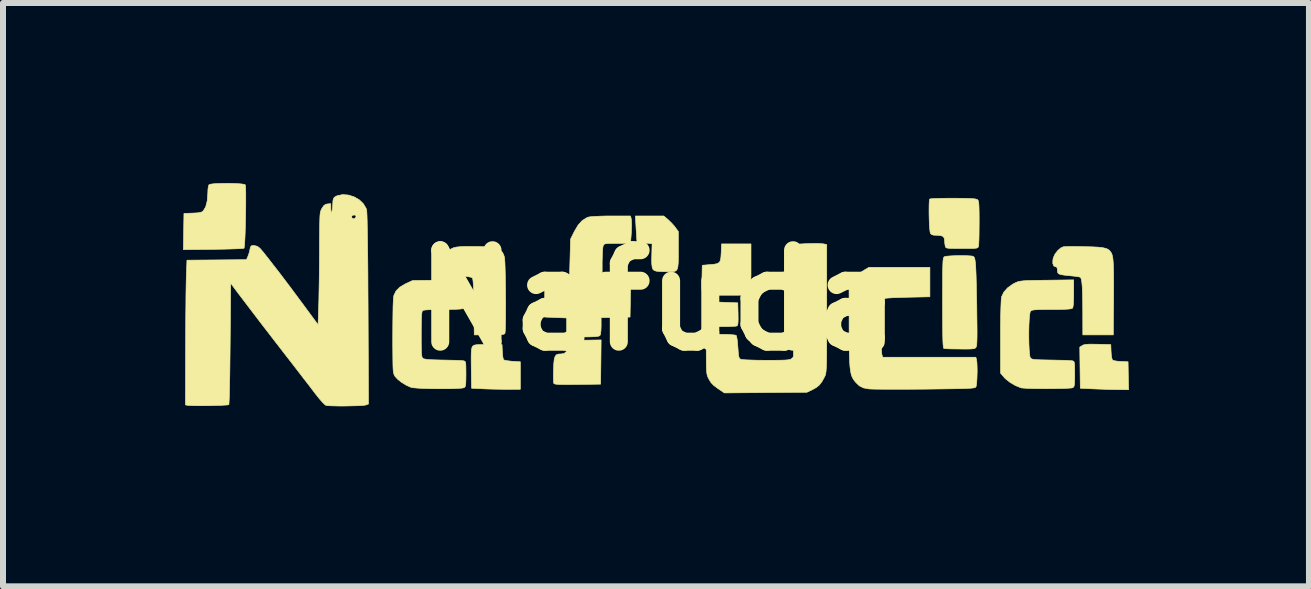
<source format=kicad_pcb>
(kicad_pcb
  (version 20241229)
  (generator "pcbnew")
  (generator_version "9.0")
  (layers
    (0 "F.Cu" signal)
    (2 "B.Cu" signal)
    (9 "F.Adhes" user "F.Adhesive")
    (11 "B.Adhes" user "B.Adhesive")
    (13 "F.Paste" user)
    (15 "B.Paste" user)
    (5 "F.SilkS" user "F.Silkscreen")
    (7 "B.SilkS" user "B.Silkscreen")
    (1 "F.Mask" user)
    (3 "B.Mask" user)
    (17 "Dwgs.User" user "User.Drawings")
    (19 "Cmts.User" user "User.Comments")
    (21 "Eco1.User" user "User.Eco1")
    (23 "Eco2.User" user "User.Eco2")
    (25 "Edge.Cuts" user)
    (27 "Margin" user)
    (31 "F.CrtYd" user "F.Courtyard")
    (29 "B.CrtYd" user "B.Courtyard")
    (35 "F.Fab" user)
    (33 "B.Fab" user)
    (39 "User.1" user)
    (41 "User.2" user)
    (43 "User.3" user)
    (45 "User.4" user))
  (footprint "Nafuda"
    (layer "F.Cu")
    (at 7.914 1.954)
    (property "Reference" "Nafuda" (at 0 0 0) (layer "F.SilkS") (effects (font (size 1.524 1.524) (thickness 0.3))))
    (attr through_hole)
    (fp_poly (pts (xy 7.326 0.732) (xy 7.544 0.737) (xy 7.549 0.858) (xy 7.554 0.925) (xy 7.564 0.974) (xy 7.575 0.997) (xy 7.602 1.006) (xy 7.651 1.014) (xy 7.714 1.019) (xy 7.714 1.019) (xy 7.832 1.024) (xy 7.836 1.257) (xy 7.841 1.49) (xy 7.625 1.487) (xy 7.518 1.485) (xy 7.402 1.481) (xy 7.291 1.477) (xy 7.222 1.474) (xy 7.036 1.465) (xy 7.027 0.78) (xy 7.067 0.754) (xy 7.091 0.742) (xy 7.127 0.735) (xy 7.179 0.731) (xy 7.255 0.731) (xy 7.326 0.732)) (stroke (width 0.01) (type solid)) (fill yes) (layer "F.SilkS"))
    (fp_poly (pts (xy -0.952 1.028) (xy -0.957 1.397) (xy -1.342 1.402) (xy -1.469 1.403) (xy -1.565 1.403) (xy -1.636 1.402) (xy -1.685 1.399) (xy -1.715 1.395) (xy -1.732 1.388) (xy -1.738 1.381) (xy -1.741 1.355) (xy -1.743 1.303) (xy -1.743 1.233) (xy -1.741 1.153) (xy -1.737 1.053) (xy -1.729 0.981) (xy -1.715 0.935) (xy -1.694 0.908) (xy -1.662 0.896) (xy -1.62 0.894) (xy -1.565 0.886) (xy -1.528 0.854) (xy -1.509 0.796) (xy -1.504 0.753) (xy -1.499 0.669) (xy -1.223 0.664) (xy -0.948 0.66) (xy -0.952 1.028)) (stroke (width 0.01) (type solid)) (fill yes) (layer "F.SilkS"))
    (fp_poly (pts (xy 0.947 0.028) (xy 1.031 0.03) (xy 1.075 0.032) (xy 1.329 0.042) (xy 1.334 0.227) (xy 1.335 0.317) (xy 1.333 0.377) (xy 1.326 0.412) (xy 1.317 0.426) (xy 1.293 0.431) (xy 1.244 0.434) (xy 1.175 0.437) (xy 1.097 0.438) (xy 1.015 0.438) (xy 0.938 0.438) (xy 0.874 0.435) (xy 0.83 0.432) (xy 0.817 0.429) (xy 0.809 0.41) (xy 0.803 0.365) (xy 0.798 0.304) (xy 0.795 0.233) (xy 0.795 0.162) (xy 0.797 0.099) (xy 0.801 0.052) (xy 0.808 0.029) (xy 0.809 0.029) (xy 0.829 0.027) (xy 0.877 0.027) (xy 0.947 0.028)) (stroke (width 0.01) (type solid)) (fill yes) (layer "F.SilkS"))
    (fp_poly (pts (xy -2.594 0.855) (xy -2.589 0.917) (xy -2.582 0.965) (xy -2.572 0.99) (xy -2.572 0.991) (xy -2.548 1) (xy -2.5 1.008) (xy -2.437 1.015) (xy -2.425 1.016) (xy -2.294 1.024) (xy -2.294 1.482) (xy -2.515 1.483) (xy -2.621 1.482) (xy -2.738 1.48) (xy -2.849 1.477) (xy -2.921 1.474) (xy -3.107 1.465) (xy -3.112 1.134) (xy -3.113 1.014) (xy -3.113 0.924) (xy -3.111 0.859) (xy -3.106 0.814) (xy -3.1 0.786) (xy -3.092 0.77) (xy -3.08 0.757) (xy -3.061 0.747) (xy -3.031 0.741) (xy -2.983 0.738) (xy -2.912 0.737) (xy -2.833 0.737) (xy -2.599 0.737) (xy -2.594 0.855)) (stroke (width 0.01) (type solid)) (fill yes) (layer "F.SilkS"))
    (fp_poly (pts (xy 1.549 -0.542) (xy 1.549 -0.428) (xy 1.547 -0.324) (xy 1.545 -0.235) (xy 1.543 -0.167) (xy 1.539 -0.125) (xy 1.537 -0.114) (xy 1.531 -0.105) (xy 1.517 -0.097) (xy 1.493 -0.092) (xy 1.453 -0.088) (xy 1.394 -0.086) (xy 1.312 -0.085) (xy 1.201 -0.085) (xy 1.146 -0.085) (xy 1.017 -0.085) (xy 0.919 -0.086) (xy 0.847 -0.089) (xy 0.797 -0.093) (xy 0.766 -0.098) (xy 0.749 -0.106) (xy 0.747 -0.108) (xy 0.738 -0.137) (xy 0.732 -0.198) (xy 0.731 -0.292) (xy 0.732 -0.358) (xy 0.737 -0.584) (xy 0.855 -0.594) (xy 0.934 -0.601) (xy 0.988 -0.612) (xy 1.022 -0.633) (xy 1.041 -0.67) (xy 1.049 -0.728) (xy 1.054 -0.813) (xy 1.054 -0.821) (xy 1.058 -0.94) (xy 1.549 -0.94) (xy 1.549 -0.542)) (stroke (width 0.01) (type solid)) (fill yes) (layer "F.SilkS"))
    (fp_poly (pts (xy 0.169 -1.343) (xy 0.221 -1.293) (xy 0.271 -1.238) (xy 0.29 -1.213) (xy 0.339 -1.146) (xy 0.339 -0.837) (xy 0.339 -0.717) (xy 0.337 -0.627) (xy 0.331 -0.562) (xy 0.32 -0.519) (xy 0.3 -0.493) (xy 0.269 -0.48) (xy 0.226 -0.476) (xy 0.168 -0.476) (xy 0.147 -0.476) (xy 0.077 -0.478) (xy 0.017 -0.481) (xy -0.023 -0.485) (xy -0.028 -0.486) (xy -0.061 -0.496) (xy -0.084 -0.515) (xy -0.097 -0.549) (xy -0.104 -0.603) (xy -0.106 -0.681) (xy -0.104 -0.745) (xy -0.099 -0.943) (xy -0.222 -0.955) (xy -0.282 -0.961) (xy -0.327 -0.966) (xy -0.348 -0.97) (xy -0.349 -0.97) (xy -0.351 -0.987) (xy -0.355 -1.032) (xy -0.359 -1.097) (xy -0.364 -1.177) (xy -0.365 -1.19) (xy -0.377 -1.405) (xy 0.096 -1.405) (xy 0.169 -1.343)) (stroke (width 0.01) (type solid)) (fill yes) (layer "F.SilkS"))
    (fp_poly (pts (xy -7.073 -1.947) (xy -6.994 -1.944) (xy -6.93 -1.938) (xy -6.889 -1.931) (xy -6.878 -1.925) (xy -6.873 -1.903) (xy -6.871 -1.853) (xy -6.869 -1.779) (xy -6.869 -1.687) (xy -6.869 -1.581) (xy -6.871 -1.467) (xy -6.873 -1.35) (xy -6.876 -1.235) (xy -6.879 -1.127) (xy -6.883 -1.032) (xy -6.888 -0.954) (xy -6.893 -0.898) (xy -6.897 -0.87) (xy -6.899 -0.868) (xy -6.918 -0.865) (xy -6.967 -0.861) (xy -7.042 -0.858) (xy -7.137 -0.855) (xy -7.249 -0.852) (xy -7.373 -0.85) (xy -7.41 -0.849) (xy -7.909 -0.844) (xy -7.904 -1.146) (xy -7.899 -1.448) (xy -7.753 -1.453) (xy -7.677 -1.457) (xy -7.628 -1.464) (xy -7.596 -1.475) (xy -7.578 -1.49) (xy -7.537 -1.557) (xy -7.512 -1.653) (xy -7.502 -1.773) (xy -7.502 -1.779) (xy -7.499 -1.85) (xy -7.491 -1.902) (xy -7.481 -1.927) (xy -7.456 -1.935) (xy -7.405 -1.942) (xy -7.334 -1.946) (xy -7.25 -1.948) (xy -7.161 -1.949) (xy -7.073 -1.947)) (stroke (width 0.01) (type solid)) (fill yes) (layer "F.SilkS"))
    (fp_poly (pts (xy 7.01 -0.896) (xy 7.109 -0.894) (xy 7.235 -0.891) (xy 7.333 -0.886) (xy 7.406 -0.878) (xy 7.46 -0.866) (xy 7.498 -0.85) (xy 7.526 -0.827) (xy 7.548 -0.798) (xy 7.554 -0.787) (xy 7.564 -0.765) (xy 7.572 -0.735) (xy 7.579 -0.694) (xy 7.584 -0.639) (xy 7.588 -0.567) (xy 7.59 -0.476) (xy 7.591 -0.361) (xy 7.592 -0.221) (xy 7.591 -0.052) (xy 7.59 0.089) (xy 7.586 0.576) (xy 7.078 0.576) (xy 7.077 0.174) (xy 7.076 0.008) (xy 7.073 -0.127) (xy 7.068 -0.231) (xy 7.061 -0.307) (xy 7.051 -0.357) (xy 7.039 -0.383) (xy 7.038 -0.384) (xy 7.018 -0.39) (xy 6.972 -0.398) (xy 6.909 -0.405) (xy 6.879 -0.408) (xy 6.789 -0.417) (xy 6.726 -0.426) (xy 6.687 -0.437) (xy 6.665 -0.452) (xy 6.657 -0.473) (xy 6.655 -0.502) (xy 6.65 -0.542) (xy 6.634 -0.558) (xy 6.623 -0.559) (xy 6.594 -0.573) (xy 6.578 -0.613) (xy 6.579 -0.671) (xy 6.587 -0.71) (xy 6.614 -0.769) (xy 6.658 -0.827) (xy 6.71 -0.872) (xy 6.753 -0.892) (xy 6.782 -0.894) (xy 6.838 -0.896) (xy 6.916 -0.897) (xy 7.01 -0.896)) (stroke (width 0.01) (type solid)) (fill yes) (layer "F.SilkS"))
    (fp_poly (pts (xy 4.919 -1.701) (xy 5.052 -1.7) (xy 5.155 -1.698) (xy 5.23 -1.695) (xy 5.281 -1.69) (xy 5.312 -1.683) (xy 5.324 -1.677) (xy 5.333 -1.666) (xy 5.34 -1.645) (xy 5.345 -1.61) (xy 5.348 -1.557) (xy 5.35 -1.482) (xy 5.351 -1.38) (xy 5.351 -1.298) (xy 5.35 -1.189) (xy 5.349 -1.089) (xy 5.347 -1.005) (xy 5.344 -0.943) (xy 5.341 -0.906) (xy 5.34 -0.902) (xy 5.335 -0.887) (xy 5.326 -0.877) (xy 5.307 -0.87) (xy 5.274 -0.866) (xy 5.22 -0.864) (xy 5.142 -0.864) (xy 5.063 -0.864) (xy 4.963 -0.864) (xy 4.891 -0.865) (xy 4.843 -0.867) (xy 4.813 -0.872) (xy 4.797 -0.879) (xy 4.789 -0.89) (xy 4.786 -0.902) (xy 4.778 -0.948) (xy 4.775 -0.991) (xy 4.768 -1.039) (xy 4.744 -1.068) (xy 4.696 -1.081) (xy 4.645 -1.084) (xy 4.589 -1.086) (xy 4.557 -1.097) (xy 4.538 -1.117) (xy 4.538 -1.118) (xy 4.532 -1.146) (xy 4.526 -1.199) (xy 4.521 -1.271) (xy 4.518 -1.353) (xy 4.516 -1.44) (xy 4.516 -1.523) (xy 4.517 -1.597) (xy 4.52 -1.653) (xy 4.525 -1.684) (xy 4.527 -1.687) (xy 4.547 -1.692) (xy 4.597 -1.695) (xy 4.67 -1.698) (xy 4.761 -1.7) (xy 4.867 -1.701) (xy 4.919 -1.701)) (stroke (width 0.01) (type solid)) (fill yes) (layer "F.SilkS"))
    (fp_poly (pts (xy 5.161 -0.743) (xy 5.217 -0.739) (xy 5.243 -0.735) (xy 5.255 -0.73) (xy 5.265 -0.721) (xy 5.274 -0.704) (xy 5.281 -0.676) (xy 5.287 -0.636) (xy 5.292 -0.579) (xy 5.296 -0.504) (xy 5.3 -0.407) (xy 5.303 -0.285) (xy 5.306 -0.136) (xy 5.31 0.043) (xy 5.311 0.094) (xy 5.313 0.272) (xy 5.315 0.418) (xy 5.316 0.536) (xy 5.315 0.627) (xy 5.313 0.695) (xy 5.31 0.741) (xy 5.305 0.768) (xy 5.302 0.775) (xy 5.293 0.79) (xy 5.28 0.8) (xy 5.257 0.806) (xy 5.219 0.81) (xy 5.16 0.812) (xy 5.076 0.812) (xy 5.033 0.811) (xy 4.943 0.81) (xy 4.865 0.809) (xy 4.804 0.806) (xy 4.769 0.803) (xy 4.763 0.802) (xy 4.757 0.792) (xy 4.753 0.768) (xy 4.749 0.725) (xy 4.746 0.662) (xy 4.744 0.576) (xy 4.743 0.465) (xy 4.742 0.326) (xy 4.741 0.158) (xy 4.741 0.042) (xy 4.741 -0.138) (xy 4.742 -0.286) (xy 4.742 -0.406) (xy 4.743 -0.502) (xy 4.745 -0.576) (xy 4.747 -0.631) (xy 4.75 -0.67) (xy 4.754 -0.696) (xy 4.759 -0.712) (xy 4.765 -0.721) (xy 4.773 -0.727) (xy 4.774 -0.728) (xy 4.803 -0.734) (xy 4.857 -0.739) (xy 4.928 -0.743) (xy 5.008 -0.745) (xy 5.089 -0.745) (xy 5.161 -0.743)) (stroke (width 0.01) (type solid)) (fill yes) (layer "F.SilkS"))
    (fp_poly (pts (xy -2.964 -0.896) (xy -2.845 -0.89) (xy -2.753 -0.88) (xy -2.683 -0.863) (xy -2.632 -0.839) (xy -2.597 -0.806) (xy -2.573 -0.763) (xy -2.559 -0.719) (xy -2.555 -0.687) (xy -2.551 -0.626) (xy -2.548 -0.542) (xy -2.545 -0.439) (xy -2.543 -0.323) (xy -2.541 -0.198) (xy -2.54 -0.068) (xy -2.539 0.06) (xy -2.54 0.184) (xy -2.54 0.297) (xy -2.542 0.395) (xy -2.544 0.473) (xy -2.547 0.526) (xy -2.55 0.549) (xy -2.559 0.56) (xy -2.578 0.567) (xy -2.614 0.572) (xy -2.67 0.574) (xy -2.753 0.576) (xy -2.811 0.576) (xy -3.062 0.576) (xy -3.068 0.111) (xy -3.07 -0.043) (xy -3.073 -0.164) (xy -3.077 -0.256) (xy -3.082 -0.321) (xy -3.088 -0.36) (xy -3.094 -0.374) (xy -3.119 -0.385) (xy -3.169 -0.395) (xy -3.235 -0.404) (xy -3.265 -0.407) (xy -3.359 -0.417) (xy -3.425 -0.43) (xy -3.464 -0.448) (xy -3.483 -0.473) (xy -3.485 -0.507) (xy -3.485 -0.509) (xy -3.484 -0.545) (xy -3.502 -0.56) (xy -3.512 -0.562) (xy -3.534 -0.571) (xy -3.546 -0.594) (xy -3.552 -0.641) (xy -3.553 -0.654) (xy -3.553 -0.712) (xy -3.542 -0.752) (xy -3.515 -0.792) (xy -3.512 -0.794) (xy -3.479 -0.831) (xy -3.445 -0.858) (xy -3.405 -0.877) (xy -3.353 -0.888) (xy -3.283 -0.895) (xy -3.19 -0.897) (xy -3.112 -0.897) (xy -2.964 -0.896)) (stroke (width 0.01) (type solid)) (fill yes) (layer "F.SilkS"))
    (fp_poly (pts (xy -0.447 -1.363) (xy -0.443 -1.325) (xy -0.441 -1.267) (xy -0.442 -1.196) (xy -0.445 -1.122) (xy -0.45 -1.053) (xy -0.455 -1) (xy -0.462 -0.97) (xy -0.463 -0.969) (xy -0.481 -0.96) (xy -0.525 -0.953) (xy -0.596 -0.949) (xy -0.687 -0.948) (xy -0.775 -0.948) (xy -0.835 -0.947) (xy -0.872 -0.943) (xy -0.894 -0.936) (xy -0.906 -0.924) (xy -0.914 -0.907) (xy -0.915 -0.905) (xy -0.92 -0.874) (xy -0.925 -0.816) (xy -0.928 -0.737) (xy -0.931 -0.643) (xy -0.931 -0.549) (xy -0.931 -0.237) (xy -0.456 -0.237) (xy -0.461 0.021) (xy -0.466 0.279) (xy -0.948 0.289) (xy -0.948 0.429) (xy -0.951 0.507) (xy -0.958 0.563) (xy -0.969 0.589) (xy -0.995 0.599) (xy -1.053 0.606) (xy -1.143 0.609) (xy -1.214 0.61) (xy -1.305 0.609) (xy -1.367 0.608) (xy -1.407 0.605) (xy -1.43 0.599) (xy -1.441 0.589) (xy -1.447 0.574) (xy -1.447 0.572) (xy -1.452 0.535) (xy -1.457 0.478) (xy -1.46 0.415) (xy -1.465 0.296) (xy -1.676 0.288) (xy -1.888 0.279) (xy -1.888 -0.229) (xy -1.479 -0.238) (xy -1.468 -0.63) (xy -1.457 -1.021) (xy -1.395 -1.146) (xy -1.331 -1.254) (xy -1.262 -1.33) (xy -1.186 -1.377) (xy -1.156 -1.388) (xy -1.119 -1.393) (xy -1.054 -1.398) (xy -0.97 -1.402) (xy -0.871 -1.405) (xy -0.775 -1.405) (xy -0.458 -1.405) (xy -0.447 -1.363)) (stroke (width 0.01) (type solid)) (fill yes) (layer "F.SilkS"))
    (fp_poly (pts (xy 4.53 -0.059) (xy 4.145 -0.051) (xy 4.01 -0.047) (xy 3.905 -0.043) (xy 3.828 -0.038) (xy 3.777 -0.032) (xy 3.747 -0.025) (xy 3.739 -0.02) (xy 3.732 -0.005) (xy 3.726 0.027) (xy 3.722 0.079) (xy 3.719 0.154) (xy 3.718 0.255) (xy 3.717 0.386) (xy 3.717 0.428) (xy 3.717 0.548) (xy 3.719 0.658) (xy 3.721 0.754) (xy 3.724 0.83) (xy 3.727 0.882) (xy 3.73 0.902) (xy 3.743 0.948) (xy 5.296 0.948) (xy 5.306 0.986) (xy 5.313 1.029) (xy 5.316 1.092) (xy 5.318 1.168) (xy 5.316 1.248) (xy 5.313 1.324) (xy 5.308 1.388) (xy 5.301 1.431) (xy 5.296 1.444) (xy 5.288 1.45) (xy 5.275 1.456) (xy 5.252 1.46) (xy 5.217 1.464) (xy 5.167 1.467) (xy 5.1 1.47) (xy 5.012 1.472) (xy 4.901 1.474) (xy 4.764 1.476) (xy 4.598 1.478) (xy 4.445 1.48) (xy 4.277 1.481) (xy 4.115 1.482) (xy 3.965 1.482) (xy 3.829 1.482) (xy 3.712 1.481) (xy 3.618 1.48) (xy 3.549 1.478) (xy 3.511 1.476) (xy 3.511 1.476) (xy 3.422 1.459) (xy 3.353 1.424) (xy 3.293 1.366) (xy 3.263 1.327) (xy 3.245 1.298) (xy 3.229 1.265) (xy 3.217 1.225) (xy 3.207 1.174) (xy 3.199 1.111) (xy 3.193 1.031) (xy 3.189 0.931) (xy 3.186 0.808) (xy 3.185 0.659) (xy 3.184 0.48) (xy 3.184 0.406) (xy 3.183 -0.229) (xy 3.228 -0.297) (xy 3.298 -0.39) (xy 3.37 -0.459) (xy 3.437 -0.505) (xy 3.514 -0.55) (xy 4.53 -0.55) (xy 4.53 -0.059)) (stroke (width 0.01) (type solid)) (fill yes) (layer "F.SilkS"))
    (fp_poly (pts (xy 6.926 -0.114) (xy 6.924 -0.004) (xy 6.92 0.073) (xy 6.912 0.119) (xy 6.905 0.132) (xy 6.885 0.14) (xy 6.839 0.146) (xy 6.766 0.15) (xy 6.664 0.152) (xy 6.559 0.152) (xy 6.443 0.153) (xy 6.356 0.154) (xy 6.294 0.157) (xy 6.252 0.161) (xy 6.225 0.168) (xy 6.21 0.177) (xy 6.207 0.179) (xy 6.198 0.205) (xy 6.19 0.259) (xy 6.184 0.335) (xy 6.18 0.425) (xy 6.178 0.524) (xy 6.178 0.627) (xy 6.18 0.725) (xy 6.184 0.814) (xy 6.19 0.887) (xy 6.197 0.938) (xy 6.205 0.958) (xy 6.215 0.969) (xy 6.232 0.978) (xy 6.259 0.984) (xy 6.3 0.988) (xy 6.362 0.991) (xy 6.449 0.993) (xy 6.548 0.995) (xy 6.651 0.997) (xy 6.744 0.999) (xy 6.821 1.002) (xy 6.877 1.005) (xy 6.905 1.008) (xy 6.92 1.013) (xy 6.931 1.023) (xy 6.938 1.045) (xy 6.941 1.084) (xy 6.942 1.145) (xy 6.943 1.227) (xy 6.942 1.316) (xy 6.94 1.377) (xy 6.936 1.415) (xy 6.929 1.438) (xy 6.917 1.451) (xy 6.91 1.456) (xy 6.884 1.461) (xy 6.83 1.465) (xy 6.754 1.468) (xy 6.661 1.47) (xy 6.559 1.471) (xy 6.451 1.472) (xy 6.345 1.471) (xy 6.247 1.47) (xy 6.161 1.467) (xy 6.094 1.463) (xy 6.052 1.459) (xy 6.045 1.457) (xy 5.955 1.42) (xy 5.866 1.368) (xy 5.791 1.309) (xy 5.768 1.285) (xy 5.707 1.213) (xy 5.707 0.614) (xy 5.707 0.43) (xy 5.709 0.272) (xy 5.712 0.142) (xy 5.716 0.042) (xy 5.72 -0.027) (xy 5.725 -0.06) (xy 5.761 -0.136) (xy 5.824 -0.207) (xy 5.911 -0.27) (xy 5.958 -0.294) (xy 5.984 -0.305) (xy 6.012 -0.314) (xy 6.045 -0.32) (xy 6.089 -0.325) (xy 6.148 -0.329) (xy 6.226 -0.331) (xy 6.329 -0.333) (xy 6.46 -0.335) (xy 6.481 -0.335) (xy 6.926 -0.341) (xy 6.926 -0.114)) (stroke (width 0.01) (type solid)) (fill yes) (layer "F.SilkS"))
    (fp_poly (pts (xy -3.217 -0.114) (xy -3.219 -0.004) (xy -3.223 0.073) (xy -3.231 0.119) (xy -3.238 0.132) (xy -3.258 0.14) (xy -3.304 0.146) (xy -3.377 0.15) (xy -3.48 0.152) (xy -3.581 0.152) (xy -3.709 0.153) (xy -3.805 0.156) (xy -3.871 0.16) (xy -3.911 0.166) (xy -3.925 0.173) (xy -3.932 0.192) (xy -3.938 0.234) (xy -3.942 0.302) (xy -3.944 0.399) (xy -3.945 0.526) (xy -3.945 0.569) (xy -3.945 0.693) (xy -3.944 0.787) (xy -3.942 0.856) (xy -3.939 0.905) (xy -3.934 0.936) (xy -3.927 0.956) (xy -3.918 0.967) (xy -3.918 0.967) (xy -3.897 0.976) (xy -3.859 0.983) (xy -3.798 0.989) (xy -3.711 0.992) (xy -3.594 0.995) (xy -3.583 0.995) (xy -3.482 0.997) (xy -3.391 0.999) (xy -3.315 1.002) (xy -3.262 1.005) (xy -3.239 1.008) (xy -3.223 1.013) (xy -3.212 1.023) (xy -3.205 1.045) (xy -3.202 1.084) (xy -3.201 1.145) (xy -3.2 1.227) (xy -3.201 1.316) (xy -3.203 1.377) (xy -3.207 1.415) (xy -3.214 1.438) (xy -3.226 1.451) (xy -3.233 1.456) (xy -3.263 1.462) (xy -3.32 1.467) (xy -3.399 1.471) (xy -3.495 1.473) (xy -3.6 1.473) (xy -3.71 1.473) (xy -3.818 1.471) (xy -3.918 1.468) (xy -4.005 1.463) (xy -4.072 1.457) (xy -4.114 1.451) (xy -4.118 1.449) (xy -4.194 1.415) (xy -4.27 1.369) (xy -4.335 1.318) (xy -4.381 1.269) (xy -4.385 1.262) (xy -4.394 1.246) (xy -4.401 1.229) (xy -4.407 1.205) (xy -4.412 1.172) (xy -4.415 1.127) (xy -4.417 1.065) (xy -4.418 0.984) (xy -4.419 0.879) (xy -4.42 0.747) (xy -4.42 0.589) (xy -4.419 0.394) (xy -4.417 0.232) (xy -4.415 0.104) (xy -4.411 0.007) (xy -4.406 -0.056) (xy -4.4 -0.086) (xy -4.364 -0.158) (xy -4.303 -0.219) (xy -4.214 -0.272) (xy -4.194 -0.282) (xy -4.089 -0.33) (xy -3.653 -0.335) (xy -3.217 -0.34) (xy -3.217 -0.114)) (stroke (width 0.01) (type solid)) (fill yes) (layer "F.SilkS"))
    (fp_poly (pts (xy 2.658 -0.947) (xy 2.718 -0.944) (xy 2.754 -0.941) (xy 2.811 -0.93) (xy 2.811 0.137) (xy 2.811 0.353) (xy 2.811 0.538) (xy 2.811 0.695) (xy 2.81 0.826) (xy 2.809 0.933) (xy 2.808 1.019) (xy 2.806 1.088) (xy 2.803 1.141) (xy 2.8 1.181) (xy 2.796 1.211) (xy 2.792 1.233) (xy 2.786 1.251) (xy 2.779 1.266) (xy 2.775 1.275) (xy 2.731 1.355) (xy 2.688 1.411) (xy 2.638 1.452) (xy 2.576 1.487) (xy 2.481 1.532) (xy 1.794 1.537) (xy 1.106 1.543) (xy 0.998 1.47) (xy 0.929 1.419) (xy 0.882 1.37) (xy 0.847 1.312) (xy 0.847 1.312) (xy 0.832 1.282) (xy 0.821 1.253) (xy 0.814 1.22) (xy 0.809 1.178) (xy 0.806 1.121) (xy 0.805 1.043) (xy 0.804 0.939) (xy 0.804 0.897) (xy 0.804 0.567) (xy 1.045 0.567) (xy 1.138 0.568) (xy 1.215 0.572) (xy 1.271 0.577) (xy 1.3 0.583) (xy 1.302 0.584) (xy 1.31 0.607) (xy 1.319 0.656) (xy 1.326 0.724) (xy 1.331 0.785) (xy 1.337 0.866) (xy 1.342 0.919) (xy 1.35 0.952) (xy 1.361 0.97) (xy 1.376 0.981) (xy 1.384 0.984) (xy 1.412 0.988) (xy 1.469 0.992) (xy 1.549 0.995) (xy 1.646 0.998) (xy 1.755 0.999) (xy 1.812 0.999) (xy 1.939 0.999) (xy 2.037 0.998) (xy 2.109 0.996) (xy 2.16 0.992) (xy 2.193 0.987) (xy 2.214 0.98) (xy 2.226 0.972) (xy 2.248 0.95) (xy 2.255 0.943) (xy 2.256 0.926) (xy 2.257 0.878) (xy 2.259 0.803) (xy 2.26 0.702) (xy 2.262 0.581) (xy 2.263 0.441) (xy 2.265 0.285) (xy 2.267 0.117) (xy 2.268 0.014) (xy 2.27 -0.16) (xy 2.273 -0.324) (xy 2.275 -0.474) (xy 2.278 -0.609) (xy 2.281 -0.723) (xy 2.284 -0.815) (xy 2.287 -0.881) (xy 2.29 -0.919) (xy 2.292 -0.926) (xy 2.314 -0.932) (xy 2.362 -0.938) (xy 2.429 -0.942) (xy 2.505 -0.945) (xy 2.584 -0.947) (xy 2.658 -0.947)) (stroke (width 0.01) (type solid)) (fill yes) (layer "F.SilkS"))
    (fp_poly (pts (xy -5.157 -1.754) (xy -5.063 -1.724) (xy -4.978 -1.675) (xy -4.91 -1.61) (xy -4.864 -1.533) (xy -4.855 -1.504) (xy -4.852 -1.474) (xy -4.849 -1.411) (xy -4.846 -1.317) (xy -4.844 -1.193) (xy -4.841 -1.04) (xy -4.839 -0.86) (xy -4.836 -0.654) (xy -4.834 -0.423) (xy -4.833 -0.168) (xy -4.831 0.108) (xy -4.831 0.148) (xy -4.824 1.727) (xy -4.868 1.744) (xy -4.899 1.749) (xy -4.957 1.754) (xy -5.034 1.757) (xy -5.124 1.759) (xy -5.22 1.761) (xy -5.314 1.761) (xy -5.4 1.759) (xy -5.471 1.757) (xy -5.519 1.753) (xy -5.532 1.751) (xy -5.557 1.733) (xy -5.596 1.693) (xy -5.647 1.635) (xy -5.704 1.563) (xy -5.713 1.552) (xy -5.761 1.488) (xy -5.826 1.403) (xy -5.904 1.303) (xy -5.989 1.192) (xy -6.077 1.078) (xy -6.165 0.964) (xy -6.171 0.957) (xy -6.396 0.666) (xy -6.605 0.395) (xy -6.803 0.135) (xy -6.991 -0.112) (xy -7.12 -0.284) (xy -7.129 0.72) (xy -7.131 0.902) (xy -7.133 1.073) (xy -7.135 1.231) (xy -7.138 1.373) (xy -7.141 1.497) (xy -7.143 1.598) (xy -7.146 1.674) (xy -7.149 1.722) (xy -7.151 1.738) (xy -7.172 1.743) (xy -7.219 1.746) (xy -7.288 1.75) (xy -7.372 1.752) (xy -7.464 1.755) (xy -7.559 1.756) (xy -7.649 1.756) (xy -7.729 1.755) (xy -7.791 1.753) (xy -7.831 1.75) (xy -7.836 1.75) (xy -7.874 1.742) (xy -7.872 0.799) (xy -7.871 0.613) (xy -7.87 0.43) (xy -7.869 0.253) (xy -7.867 0.087) (xy -7.866 -0.064) (xy -7.864 -0.195) (xy -7.862 -0.303) (xy -7.86 -0.383) (xy -7.859 -0.406) (xy -7.849 -0.669) (xy -7.353 -0.673) (xy -6.857 -0.678) (xy -6.833 -0.733) (xy -6.813 -0.789) (xy -6.799 -0.849) (xy -6.799 -0.851) (xy -6.789 -0.893) (xy -6.772 -0.91) (xy -6.737 -0.914) (xy -6.733 -0.914) (xy -6.675 -0.9) (xy -6.634 -0.868) (xy -6.602 -0.832) (xy -6.553 -0.772) (xy -6.489 -0.691) (xy -6.414 -0.594) (xy -6.328 -0.484) (xy -6.236 -0.363) (xy -6.14 -0.236) (xy -6.043 -0.106) (xy -5.947 0.024) (xy -5.923 0.056) (xy -5.664 0.407) (xy -5.654 0.089) (xy -5.651 -0.006) (xy -5.649 -0.128) (xy -5.646 -0.271) (xy -5.644 -0.427) (xy -5.642 -0.589) (xy -5.641 -0.751) (xy -5.641 -0.847) (xy -5.64 -1.008) (xy -5.639 -1.138) (xy -5.638 -1.243) (xy -5.636 -1.324) (xy -5.634 -1.385) (xy -5.634 -1.39) (xy -5.106 -1.39) (xy -5.102 -1.378) (xy -5.082 -1.359) (xy -5.054 -1.363) (xy -5.034 -1.386) (xy -5.032 -1.393) (xy -5.039 -1.418) (xy -5.059 -1.422) (xy -5.097 -1.415) (xy -5.106 -1.39) (xy -5.634 -1.39) (xy -5.631 -1.431) (xy -5.626 -1.464) (xy -5.62 -1.489) (xy -5.612 -1.509) (xy -5.603 -1.527) (xy -5.6 -1.532) (xy -5.569 -1.578) (xy -5.537 -1.6) (xy -5.507 -1.606) (xy -5.453 -1.611) (xy -5.451 -1.521) (xy -5.449 -1.473) (xy -5.445 -1.455) (xy -5.438 -1.466) (xy -5.436 -1.473) (xy -5.427 -1.516) (xy -5.421 -1.574) (xy -5.42 -1.6) (xy -5.416 -1.664) (xy -5.404 -1.703) (xy -5.378 -1.728) (xy -5.345 -1.743) (xy -5.254 -1.762) (xy -5.157 -1.754)) (stroke (width 0.01) (type solid)) (fill yes) (layer "F.SilkS")))
  (gr_rect
    (start -3 -3)
    (end 18.76 6.719)
    (stroke (width 0.1) (type default))
    (fill no)
    (layer "Edge.Cuts")))
</source>
